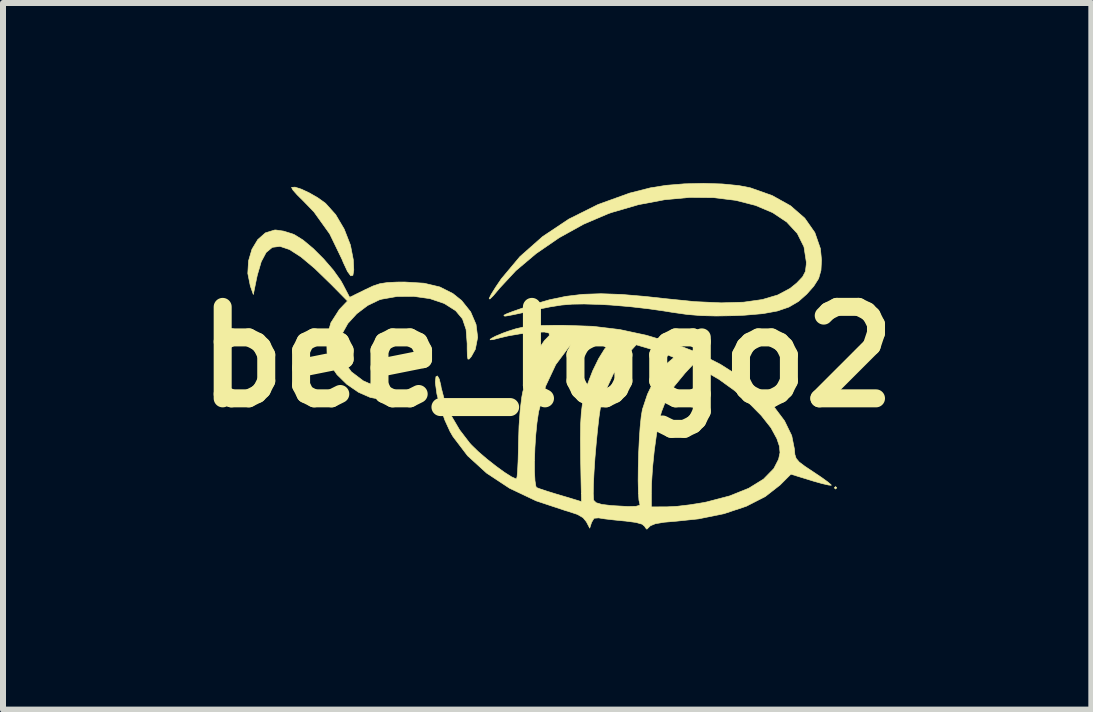
<source format=kicad_pcb>
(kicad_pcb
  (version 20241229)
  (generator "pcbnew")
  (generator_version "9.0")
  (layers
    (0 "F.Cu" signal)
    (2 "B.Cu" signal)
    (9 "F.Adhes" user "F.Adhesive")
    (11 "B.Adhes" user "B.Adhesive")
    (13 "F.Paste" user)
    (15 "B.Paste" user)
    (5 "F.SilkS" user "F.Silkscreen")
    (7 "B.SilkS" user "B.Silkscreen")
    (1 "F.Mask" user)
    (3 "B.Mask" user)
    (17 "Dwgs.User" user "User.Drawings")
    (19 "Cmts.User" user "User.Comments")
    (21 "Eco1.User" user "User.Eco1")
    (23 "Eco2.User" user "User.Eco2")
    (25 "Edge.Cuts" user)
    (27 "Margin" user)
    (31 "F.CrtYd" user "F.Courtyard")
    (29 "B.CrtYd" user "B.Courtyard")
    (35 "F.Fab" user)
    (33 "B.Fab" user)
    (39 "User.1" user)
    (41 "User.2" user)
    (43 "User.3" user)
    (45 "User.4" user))
  (footprint "bee_logo2"
    (layer "F.Cu")
    (at 6.067 2.898)
    (property "Reference" "bee_logo2" (at 0 0 0) (layer "F.SilkS") (effects (font (size 1.524 1.524) (thickness 0.3))))
    (attr through_hole)
    (fp_poly (pts (xy 4.826 2.18) (xy 4.805 2.201) (xy 4.784 2.18) (xy 4.805 2.159) (xy 4.826 2.18)) (stroke (width 0.01) (type solid)) (fill yes) (layer "F.SilkS"))
    (fp_poly (pts (xy -4.095 -2.796) (xy -3.963 -2.734) (xy -3.825 -2.655) (xy -3.704 -2.569) (xy -3.691 -2.558) (xy -3.524 -2.372) (xy -3.382 -2.131) (xy -3.278 -1.865) (xy -3.23 -1.619) (xy -3.222 -1.449) (xy -3.237 -1.36) (xy -3.273 -1.352) (xy -3.327 -1.425) (xy -3.399 -1.579) (xy -3.414 -1.618) (xy -3.623 -2.05) (xy -3.886 -2.417) (xy -4.06 -2.597) (xy -4.165 -2.701) (xy -4.236 -2.781) (xy -4.259 -2.824) (xy -4.258 -2.826) (xy -4.201 -2.83) (xy -4.095 -2.796)) (stroke (width 0.01) (type solid)) (fill yes) (layer "F.SilkS"))
    (fp_poly (pts (xy -4.391 -2.097) (xy -4.244 -2.051) (xy -4.212 -2.038) (xy -4.067 -1.948) (xy -3.897 -1.806) (xy -3.723 -1.632) (xy -3.563 -1.447) (xy -3.438 -1.271) (xy -3.406 -1.214) (xy -3.291 -0.994) (xy -3.033 -1.121) (xy -2.901 -1.183) (xy -2.787 -1.221) (xy -2.663 -1.24) (xy -2.501 -1.248) (xy -2.372 -1.249) (xy -2.051 -1.229) (xy -1.789 -1.167) (xy -1.571 -1.057) (xy -1.425 -0.94) (xy -1.275 -0.752) (xy -1.185 -0.542) (xy -1.158 -0.328) (xy -1.197 -0.128) (xy -1.263 -0.009) (xy -1.299 0.034) (xy -1.32 0.036) (xy -1.33 -0.015) (xy -1.333 -0.132) (xy -1.333 -0.222) (xy -1.351 -0.459) (xy -1.411 -0.635) (xy -1.525 -0.771) (xy -1.703 -0.884) (xy -1.725 -0.895) (xy -1.953 -0.972) (xy -2.223 -1.01) (xy -2.502 -1.008) (xy -2.758 -0.963) (xy -2.798 -0.951) (xy -2.991 -0.858) (xy -3.173 -0.72) (xy -3.321 -0.558) (xy -3.413 -0.393) (xy -3.422 -0.366) (xy -3.446 -0.14) (xy -3.392 0.066) (xy -3.264 0.246) (xy -3.065 0.397) (xy -2.801 0.515) (xy -2.476 0.596) (xy -2.381 0.61) (xy -2.205 0.637) (xy -2.103 0.662) (xy -2.078 0.683) (xy -2.088 0.69) (xy -2.181 0.706) (xy -2.33 0.715) (xy -2.51 0.714) (xy -2.692 0.707) (xy -2.851 0.692) (xy -2.948 0.674) (xy -3.144 0.588) (xy -3.339 0.454) (xy -3.501 0.295) (xy -3.585 0.173) (xy -3.668 -0.07) (xy -3.673 -0.324) (xy -3.604 -0.57) (xy -3.464 -0.789) (xy -3.439 -0.816) (xy -3.327 -0.933) (xy -3.6 -1.21) (xy -3.872 -1.474) (xy -4.102 -1.667) (xy -4.293 -1.79) (xy -4.451 -1.843) (xy -4.579 -1.827) (xy -4.682 -1.742) (xy -4.764 -1.588) (xy -4.829 -1.366) (xy -4.842 -1.307) (xy -4.896 -1.041) (xy -4.946 -1.183) (xy -4.988 -1.392) (xy -4.976 -1.601) (xy -4.919 -1.795) (xy -4.822 -1.956) (xy -4.695 -2.068) (xy -4.543 -2.115) (xy -4.522 -2.116) (xy -4.391 -2.097)) (stroke (width 0.01) (type solid)) (fill yes) (layer "F.SilkS"))
    (fp_poly (pts (xy 2.917 -2.883) (xy 3.193 -2.856) (xy 3.384 -2.819) (xy 3.749 -2.69) (xy 4.054 -2.52) (xy 4.292 -2.313) (xy 4.46 -2.073) (xy 4.553 -1.805) (xy 4.571 -1.616) (xy 4.562 -1.443) (xy 4.523 -1.307) (xy 4.442 -1.179) (xy 4.325 -1.047) (xy 4.187 -0.925) (xy 4.028 -0.832) (xy 3.835 -0.766) (xy 3.594 -0.722) (xy 3.29 -0.696) (xy 3.111 -0.688) (xy 2.817 -0.683) (xy 2.57 -0.689) (xy 2.336 -0.708) (xy 2.077 -0.745) (xy 1.968 -0.763) (xy 1.691 -0.803) (xy 1.376 -0.839) (xy 1.066 -0.865) (xy 0.868 -0.876) (xy 0.616 -0.883) (xy 0.417 -0.88) (xy 0.239 -0.865) (xy 0.05 -0.835) (xy -0.18 -0.788) (xy -0.183 -0.787) (xy -0.402 -0.739) (xy -0.552 -0.707) (xy -0.645 -0.689) (xy -0.695 -0.681) (xy -0.716 -0.683) (xy -0.72 -0.692) (xy -0.72 -0.696) (xy -0.682 -0.716) (xy -0.579 -0.756) (xy -0.427 -0.809) (xy -0.243 -0.871) (xy 0.038 -0.953) (xy 0.311 -1.01) (xy 0.592 -1.044) (xy 0.896 -1.054) (xy 1.241 -1.042) (xy 1.641 -1.008) (xy 1.947 -0.974) (xy 2.461 -0.922) (xy 2.901 -0.902) (xy 3.274 -0.913) (xy 3.585 -0.957) (xy 3.842 -1.033) (xy 4.048 -1.143) (xy 4.158 -1.232) (xy 4.256 -1.335) (xy 4.303 -1.425) (xy 4.317 -1.54) (xy 4.318 -1.583) (xy 4.279 -1.835) (xy 4.168 -2.058) (xy 3.991 -2.249) (xy 3.757 -2.405) (xy 3.47 -2.526) (xy 3.14 -2.61) (xy 2.773 -2.655) (xy 2.376 -2.659) (xy 1.957 -2.62) (xy 1.522 -2.538) (xy 1.079 -2.409) (xy 1.018 -2.388) (xy 0.608 -2.213) (xy 0.2 -1.987) (xy -0.183 -1.724) (xy -0.522 -1.438) (xy -0.797 -1.142) (xy -0.798 -1.14) (xy -0.899 -1.02) (xy -0.955 -0.965) (xy -0.967 -0.973) (xy -0.935 -1.039) (xy -0.861 -1.159) (xy -0.764 -1.302) (xy -0.454 -1.672) (xy -0.076 -2.006) (xy 0.362 -2.298) (xy 0.849 -2.541) (xy 1.376 -2.731) (xy 1.719 -2.818) (xy 1.982 -2.86) (xy 2.286 -2.885) (xy 2.606 -2.893) (xy 2.917 -2.883)) (stroke (width 0.01) (type solid)) (fill yes) (layer "F.SilkS"))
    (fp_poly (pts (xy 0.762 -0.511) (xy 1.209 -0.457) (xy 1.652 -0.362) (xy 2.109 -0.225) (xy 2.51 -0.069) (xy 2.884 0.121) (xy 3.224 0.336) (xy 3.522 0.569) (xy 3.768 0.815) (xy 3.955 1.064) (xy 4.075 1.311) (xy 4.12 1.535) (xy 4.127 1.624) (xy 4.148 1.689) (xy 4.199 1.75) (xy 4.293 1.821) (xy 4.439 1.918) (xy 4.576 2.01) (xy 4.678 2.084) (xy 4.731 2.13) (xy 4.734 2.138) (xy 4.689 2.134) (xy 4.583 2.11) (xy 4.437 2.069) (xy 4.389 2.054) (xy 4.061 1.953) (xy 3.88 2.134) (xy 3.634 2.326) (xy 3.319 2.487) (xy 2.944 2.612) (xy 2.52 2.698) (xy 2.165 2.735) (xy 1.946 2.754) (xy 1.801 2.779) (xy 1.721 2.812) (xy 1.705 2.827) (xy 1.661 2.87) (xy 1.635 2.843) (xy 1.628 2.826) (xy 1.584 2.787) (xy 1.48 2.757) (xy 1.304 2.734) (xy 1.278 2.732) (xy 1.108 2.715) (xy 0.962 2.698) (xy 0.868 2.683) (xy 0.861 2.681) (xy 0.782 2.687) (xy 0.74 2.756) (xy 0.709 2.852) (xy 0.653 2.745) (xy 0.598 2.678) (xy 0.503 2.623) (xy 0.346 2.571) (xy 0.309 2.561) (xy 0.119 2.498) (xy 1.736 2.498) (xy 2 2.497) (xy 2.167 2.488) (xy 2.378 2.463) (xy 2.595 2.428) (xy 2.656 2.416) (xy 3.041 2.315) (xy 3.359 2.187) (xy 3.605 2.035) (xy 3.776 1.86) (xy 3.856 1.704) (xy 3.88 1.593) (xy 3.869 1.484) (xy 3.828 1.362) (xy 3.729 1.18) (xy 3.568 0.976) (xy 3.36 0.765) (xy 3.121 0.559) (xy 2.865 0.374) (xy 2.608 0.224) (xy 2.599 0.219) (xy 2.425 0.132) (xy 2.299 0.267) (xy 2.109 0.498) (xy 1.974 0.735) (xy 1.904 0.914) (xy 1.861 1.078) (xy 1.82 1.303) (xy 1.784 1.566) (xy 1.756 1.842) (xy 1.739 2.108) (xy 1.736 2.275) (xy 1.736 2.498) (xy 0.119 2.498) (xy -0.185 2.397) (xy -0.627 2.187) (xy -1.009 1.935) (xy -1.326 1.646) (xy -1.57 1.325) (xy -1.618 1.242) (xy -1.705 1.052) (xy -1.781 0.833) (xy -1.837 0.618) (xy -1.862 0.438) (xy -1.863 0.412) (xy -1.853 0.328) (xy -1.828 0.316) (xy -1.798 0.368) (xy -1.771 0.476) (xy -1.767 0.507) (xy -1.71 0.725) (xy -1.603 0.97) (xy -1.459 1.215) (xy -1.292 1.433) (xy -1.261 1.467) (xy -1.148 1.577) (xy -1.007 1.698) (xy -0.856 1.817) (xy -0.713 1.921) (xy -0.594 1.997) (xy -0.518 2.031) (xy -0.511 2.032) (xy -0.501 1.992) (xy -0.494 1.912) (xy -0.211 1.912) (xy -0.203 2.062) (xy -0.188 2.155) (xy -0.176 2.176) (xy -0.121 2.197) (xy -0.007 2.235) (xy 0.148 2.283) (xy 0.216 2.303) (xy 0.374 2.35) (xy 0.496 2.387) (xy 0.564 2.408) (xy 0.572 2.411) (xy 0.571 2.371) (xy 0.569 2.278) (xy 0.768 2.278) (xy 0.773 2.375) (xy 0.777 2.39) (xy 0.817 2.429) (xy 0.912 2.457) (xy 1.071 2.476) (xy 1.302 2.489) (xy 1.347 2.491) (xy 1.481 2.488) (xy 1.544 2.47) (xy 1.545 2.455) (xy 1.529 2.385) (xy 1.52 2.248) (xy 1.516 2.062) (xy 1.518 1.843) (xy 1.524 1.609) (xy 1.535 1.378) (xy 1.549 1.167) (xy 1.567 0.993) (xy 1.587 0.874) (xy 1.588 0.871) (xy 1.671 0.622) (xy 1.781 0.391) (xy 1.905 0.203) (xy 1.996 0.107) (xy 2.113 0.009) (xy 1.998 -0.038) (xy 1.887 -0.078) (xy 1.742 -0.126) (xy 1.684 -0.144) (xy 1.484 -0.203) (xy 1.339 -0.043) (xy 1.104 0.279) (xy 0.937 0.643) (xy 0.912 0.72) (xy 0.889 0.831) (xy 0.864 1) (xy 0.84 1.21) (xy 0.817 1.444) (xy 0.796 1.685) (xy 0.781 1.915) (xy 0.771 2.119) (xy 0.768 2.278) (xy 0.569 2.278) (xy 0.569 2.261) (xy 0.565 2.093) (xy 0.561 1.882) (xy 0.557 1.683) (xy 0.554 1.369) (xy 0.557 1.123) (xy 0.569 0.928) (xy 0.589 0.769) (xy 0.61 0.667) (xy 0.673 0.451) (xy 0.759 0.23) (xy 0.858 0.027) (xy 0.957 -0.133) (xy 1.019 -0.205) (xy 1.108 -0.288) (xy 0.988 -0.311) (xy 0.799 -0.345) (xy 0.672 -0.362) (xy 0.584 -0.355) (xy 0.514 -0.319) (xy 0.439 -0.249) (xy 0.363 -0.168) (xy 0.143 0.127) (xy -0.026 0.487) (xy -0.141 0.907) (xy -0.145 0.928) (xy -0.17 1.097) (xy -0.19 1.298) (xy -0.204 1.512) (xy -0.211 1.723) (xy -0.211 1.912) (xy -0.494 1.912) (xy -0.492 1.883) (xy -0.484 1.72) (xy -0.479 1.517) (xy -0.478 1.446) (xy -0.469 1.154) (xy -0.45 0.887) (xy -0.423 0.669) (xy -0.406 0.579) (xy -0.35 0.382) (xy -0.277 0.176) (xy -0.196 -0.017) (xy -0.114 -0.174) (xy -0.043 -0.277) (xy -0.028 -0.291) (xy 0.036 -0.357) (xy 0.032 -0.398) (xy -0.045 -0.416) (xy -0.198 -0.412) (xy -0.274 -0.406) (xy -0.462 -0.384) (xy -0.647 -0.352) (xy -0.782 -0.32) (xy -0.902 -0.289) (xy -0.952 -0.286) (xy -0.936 -0.306) (xy -0.863 -0.345) (xy -0.739 -0.397) (xy -0.645 -0.431) (xy -0.521 -0.47) (xy -0.404 -0.497) (xy -0.273 -0.515) (xy -0.109 -0.524) (xy 0.108 -0.528) (xy 0.275 -0.528) (xy 0.762 -0.511)) (stroke (width 0.01) (type solid)) (fill yes) (layer "F.SilkS")))
  (gr_rect
    (start -3 -3)
    (end 15.134 8.773)
    (stroke (width 0.1) (type default))
    (fill no)
    (layer "Edge.Cuts")))
</source>
